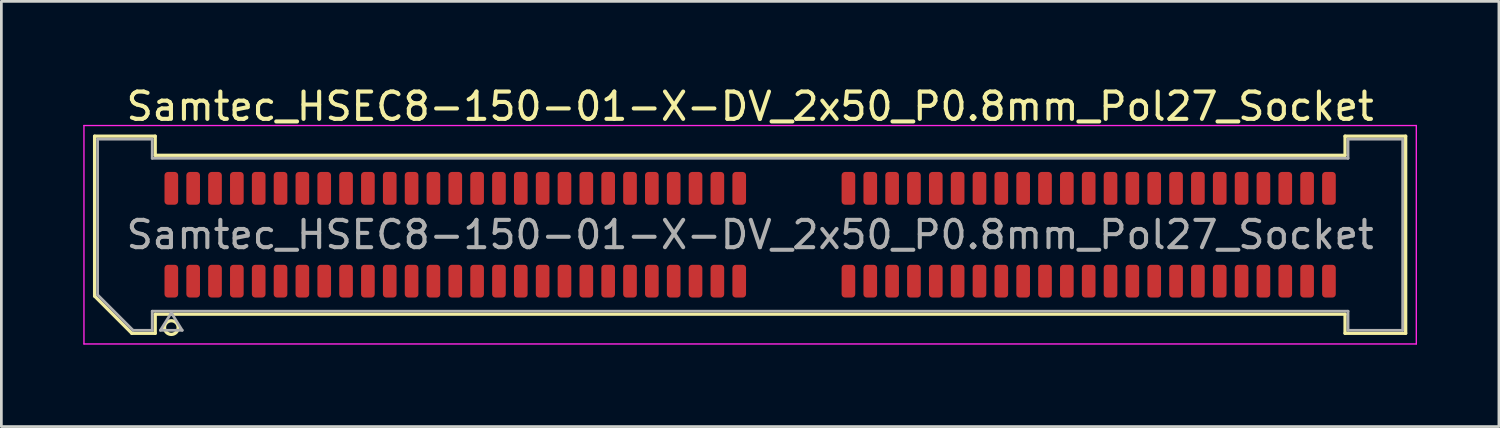
<source format=kicad_pcb>
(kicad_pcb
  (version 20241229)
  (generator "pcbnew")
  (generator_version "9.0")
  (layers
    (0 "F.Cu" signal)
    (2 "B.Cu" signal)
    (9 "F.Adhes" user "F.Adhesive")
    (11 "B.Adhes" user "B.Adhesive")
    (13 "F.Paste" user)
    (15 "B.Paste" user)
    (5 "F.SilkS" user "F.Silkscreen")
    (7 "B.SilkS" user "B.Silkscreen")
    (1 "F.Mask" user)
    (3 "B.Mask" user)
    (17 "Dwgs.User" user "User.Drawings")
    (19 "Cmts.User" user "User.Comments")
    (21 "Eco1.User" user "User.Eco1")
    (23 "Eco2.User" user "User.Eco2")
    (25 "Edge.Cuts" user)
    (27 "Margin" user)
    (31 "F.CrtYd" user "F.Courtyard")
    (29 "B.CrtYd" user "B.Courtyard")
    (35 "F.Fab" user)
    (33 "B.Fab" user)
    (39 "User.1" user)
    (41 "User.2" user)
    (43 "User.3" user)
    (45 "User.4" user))
  (footprint "Samtec_HSEC8-150-01-X-DV_2x50_P0.8mm_Pol27_Socket"
    (layer "F.Cu")
    (at 24.425 5.548)
    (property "Reference" "Samtec_HSEC8-150-01-X-DV_2x50_P0.8mm_Pol27_Socket" (at 0 -4.7 0) (layer "F.SilkS") (effects (font (size 1 1) (thickness 0.15))))
    (attr smd)
    (fp_line (start -24.01 -3.61) (end -21.79 -3.61) (stroke (width 0.12) (type solid)) (layer "F.SilkS"))
    (fp_line (start -24.01 2.246) (end -24.01 -3.61) (stroke (width 0.12) (type solid)) (layer "F.SilkS"))
    (fp_line (start -22.646 3.61) (end -24.01 2.246) (stroke (width 0.12) (type solid)) (layer "F.SilkS"))
    (fp_line (start -21.79 -3.61) (end -21.79 -2.91) (stroke (width 0.12) (type solid)) (layer "F.SilkS"))
    (fp_line (start -21.79 -2.91) (end 21.79 -2.91) (stroke (width 0.12) (type solid)) (layer "F.SilkS"))
    (fp_line (start -21.79 2.91) (end -21.79 3.61) (stroke (width 0.12) (type solid)) (layer "F.SilkS"))
    (fp_line (start -21.79 3.61) (end -22.646 3.61) (stroke (width 0.12) (type solid)) (layer "F.SilkS"))
    (fp_line (start 21.79 -3.61) (end 24.01 -3.61) (stroke (width 0.12) (type solid)) (layer "F.SilkS"))
    (fp_line (start 21.79 -2.91) (end 21.79 -3.61) (stroke (width 0.12) (type solid)) (layer "F.SilkS"))
    (fp_line (start 21.79 2.91) (end -21.79 2.91) (stroke (width 0.12) (type solid)) (layer "F.SilkS"))
    (fp_line (start 21.79 3.61) (end 21.79 2.91) (stroke (width 0.12) (type solid)) (layer "F.SilkS"))
    (fp_line (start 24.01 -3.61) (end 24.01 3.61) (stroke (width 0.12) (type solid)) (layer "F.SilkS"))
    (fp_line (start 24.01 3.61) (end 21.79 3.61) (stroke (width 0.12) (type solid)) (layer "F.SilkS"))
    (fp_arc (start -20.95 3.4) (mid -21.45 3.4) (end -20.95 3.4) (stroke (width 0.12) (type solid)) (layer "F.SilkS"))
    (fp_line (start -24.4 -4) (end -24.4 4) (stroke (width 0.05) (type solid)) (layer "F.CrtYd"))
    (fp_line (start -24.4 4) (end 24.4 4) (stroke (width 0.05) (type solid)) (layer "F.CrtYd"))
    (fp_line (start 24.4 -4) (end -24.4 -4) (stroke (width 0.05) (type solid)) (layer "F.CrtYd"))
    (fp_line (start 24.4 4) (end 24.4 -4) (stroke (width 0.05) (type solid)) (layer "F.CrtYd"))
    (fp_line (start -23.9 -3.5) (end -21.9 -3.5) (stroke (width 0.1) (type solid)) (layer "F.Fab"))
    (fp_line (start -23.9 2.2) (end -23.9 -3.5) (stroke (width 0.1) (type solid)) (layer "F.Fab"))
    (fp_line (start -22.6 3.5) (end -23.9 2.2) (stroke (width 0.1) (type solid)) (layer "F.Fab"))
    (fp_line (start -21.9 -3.5) (end -21.9 -2.8) (stroke (width 0.1) (type solid)) (layer "F.Fab"))
    (fp_line (start -21.9 -2.8) (end 21.9 -2.8) (stroke (width 0.1) (type solid)) (layer "F.Fab"))
    (fp_line (start -21.9 2.8) (end -21.9 3.5) (stroke (width 0.1) (type solid)) (layer "F.Fab"))
    (fp_line (start -21.9 3.5) (end -22.6 3.5) (stroke (width 0.1) (type solid)) (layer "F.Fab"))
    (fp_line (start -21.6 3.5) (end -21.2 2.86) (stroke (width 0.1) (type solid)) (layer "F.Fab"))
    (fp_line (start -21.2 2.86) (end -20.8 3.5) (stroke (width 0.1) (type solid)) (layer "F.Fab"))
    (fp_line (start -20.8 3.5) (end -21.6 3.5) (stroke (width 0.1) (type solid)) (layer "F.Fab"))
    (fp_line (start 21.9 -3.5) (end 23.9 -3.5) (stroke (width 0.1) (type solid)) (layer "F.Fab"))
    (fp_line (start 21.9 -2.8) (end 21.9 -3.5) (stroke (width 0.1) (type solid)) (layer "F.Fab"))
    (fp_line (start 21.9 2.8) (end -21.9 2.8) (stroke (width 0.1) (type solid)) (layer "F.Fab"))
    (fp_line (start 21.9 3.5) (end 21.9 2.8) (stroke (width 0.1) (type solid)) (layer "F.Fab"))
    (fp_line (start 23.9 -3.5) (end 23.9 3.5) (stroke (width 0.1) (type solid)) (layer "F.Fab"))
    (fp_line (start 23.9 3.5) (end 21.9 3.5) (stroke (width 0.1) (type solid)) (layer "F.Fab"))
    (fp_text user "${REFERENCE}" (at 0 0 0) (layer "F.Fab") (effects (font (size 1 1) (thickness 0.15))))
    (pad "1" smd roundrect (at -21.2 1.7) (size 0.5 1.2) (layers "F.Cu" "F.Mask" "F.Paste") (roundrect_rratio 0.25))
    (pad "2" smd roundrect (at -21.2 -1.7) (size 0.5 1.2) (layers "F.Cu" "F.Mask" "F.Paste") (roundrect_rratio 0.25))
    (pad "3" smd roundrect (at -20.4 1.7) (size 0.5 1.2) (layers "F.Cu" "F.Mask" "F.Paste") (roundrect_rratio 0.25))
    (pad "4" smd roundrect (at -20.4 -1.7) (size 0.5 1.2) (layers "F.Cu" "F.Mask" "F.Paste") (roundrect_rratio 0.25))
    (pad "5" smd roundrect (at -19.6 1.7) (size 0.5 1.2) (layers "F.Cu" "F.Mask" "F.Paste") (roundrect_rratio 0.25))
    (pad "6" smd roundrect (at -19.6 -1.7) (size 0.5 1.2) (layers "F.Cu" "F.Mask" "F.Paste") (roundrect_rratio 0.25))
    (pad "7" smd roundrect (at -18.8 1.7) (size 0.5 1.2) (layers "F.Cu" "F.Mask" "F.Paste") (roundrect_rratio 0.25))
    (pad "8" smd roundrect (at -18.8 -1.7) (size 0.5 1.2) (layers "F.Cu" "F.Mask" "F.Paste") (roundrect_rratio 0.25))
    (pad "9" smd roundrect (at -18 1.7) (size 0.5 1.2) (layers "F.Cu" "F.Mask" "F.Paste") (roundrect_rratio 0.25))
    (pad "10" smd roundrect (at -18 -1.7) (size 0.5 1.2) (layers "F.Cu" "F.Mask" "F.Paste") (roundrect_rratio 0.25))
    (pad "11" smd roundrect (at -17.2 1.7) (size 0.5 1.2) (layers "F.Cu" "F.Mask" "F.Paste") (roundrect_rratio 0.25))
    (pad "12" smd roundrect (at -17.2 -1.7) (size 0.5 1.2) (layers "F.Cu" "F.Mask" "F.Paste") (roundrect_rratio 0.25))
    (pad "13" smd roundrect (at -16.4 1.7) (size 0.5 1.2) (layers "F.Cu" "F.Mask" "F.Paste") (roundrect_rratio 0.25))
    (pad "14" smd roundrect (at -16.4 -1.7) (size 0.5 1.2) (layers "F.Cu" "F.Mask" "F.Paste") (roundrect_rratio 0.25))
    (pad "15" smd roundrect (at -15.6 1.7) (size 0.5 1.2) (layers "F.Cu" "F.Mask" "F.Paste") (roundrect_rratio 0.25))
    (pad "16" smd roundrect (at -15.6 -1.7) (size 0.5 1.2) (layers "F.Cu" "F.Mask" "F.Paste") (roundrect_rratio 0.25))
    (pad "17" smd roundrect (at -14.8 1.7) (size 0.5 1.2) (layers "F.Cu" "F.Mask" "F.Paste") (roundrect_rratio 0.25))
    (pad "18" smd roundrect (at -14.8 -1.7) (size 0.5 1.2) (layers "F.Cu" "F.Mask" "F.Paste") (roundrect_rratio 0.25))
    (pad "19" smd roundrect (at -14 1.7) (size 0.5 1.2) (layers "F.Cu" "F.Mask" "F.Paste") (roundrect_rratio 0.25))
    (pad "20" smd roundrect (at -14 -1.7) (size 0.5 1.2) (layers "F.Cu" "F.Mask" "F.Paste") (roundrect_rratio 0.25))
    (pad "21" smd roundrect (at -13.2 1.7) (size 0.5 1.2) (layers "F.Cu" "F.Mask" "F.Paste") (roundrect_rratio 0.25))
    (pad "22" smd roundrect (at -13.2 -1.7) (size 0.5 1.2) (layers "F.Cu" "F.Mask" "F.Paste") (roundrect_rratio 0.25))
    (pad "23" smd roundrect (at -12.4 1.7) (size 0.5 1.2) (layers "F.Cu" "F.Mask" "F.Paste") (roundrect_rratio 0.25))
    (pad "24" smd roundrect (at -12.4 -1.7) (size 0.5 1.2) (layers "F.Cu" "F.Mask" "F.Paste") (roundrect_rratio 0.25))
    (pad "25" smd roundrect (at -11.6 1.7) (size 0.5 1.2) (layers "F.Cu" "F.Mask" "F.Paste") (roundrect_rratio 0.25))
    (pad "26" smd roundrect (at -11.6 -1.7) (size 0.5 1.2) (layers "F.Cu" "F.Mask" "F.Paste") (roundrect_rratio 0.25))
    (pad "27" smd roundrect (at -10.8 1.7) (size 0.5 1.2) (layers "F.Cu" "F.Mask" "F.Paste") (roundrect_rratio 0.25))
    (pad "28" smd roundrect (at -10.8 -1.7) (size 0.5 1.2) (layers "F.Cu" "F.Mask" "F.Paste") (roundrect_rratio 0.25))
    (pad "29" smd roundrect (at -10 1.7) (size 0.5 1.2) (layers "F.Cu" "F.Mask" "F.Paste") (roundrect_rratio 0.25))
    (pad "30" smd roundrect (at -10 -1.7) (size 0.5 1.2) (layers "F.Cu" "F.Mask" "F.Paste") (roundrect_rratio 0.25))
    (pad "31" smd roundrect (at -9.2 1.7) (size 0.5 1.2) (layers "F.Cu" "F.Mask" "F.Paste") (roundrect_rratio 0.25))
    (pad "32" smd roundrect (at -9.2 -1.7) (size 0.5 1.2) (layers "F.Cu" "F.Mask" "F.Paste") (roundrect_rratio 0.25))
    (pad "33" smd roundrect (at -8.4 1.7) (size 0.5 1.2) (layers "F.Cu" "F.Mask" "F.Paste") (roundrect_rratio 0.25))
    (pad "34" smd roundrect (at -8.4 -1.7) (size 0.5 1.2) (layers "F.Cu" "F.Mask" "F.Paste") (roundrect_rratio 0.25))
    (pad "35" smd roundrect (at -7.6 1.7) (size 0.5 1.2) (layers "F.Cu" "F.Mask" "F.Paste") (roundrect_rratio 0.25))
    (pad "36" smd roundrect (at -7.6 -1.7) (size 0.5 1.2) (layers "F.Cu" "F.Mask" "F.Paste") (roundrect_rratio 0.25))
    (pad "37" smd roundrect (at -6.8 1.7) (size 0.5 1.2) (layers "F.Cu" "F.Mask" "F.Paste") (roundrect_rratio 0.25))
    (pad "38" smd roundrect (at -6.8 -1.7) (size 0.5 1.2) (layers "F.Cu" "F.Mask" "F.Paste") (roundrect_rratio 0.25))
    (pad "39" smd roundrect (at -6 1.7) (size 0.5 1.2) (layers "F.Cu" "F.Mask" "F.Paste") (roundrect_rratio 0.25))
    (pad "40" smd roundrect (at -6 -1.7) (size 0.5 1.2) (layers "F.Cu" "F.Mask" "F.Paste") (roundrect_rratio 0.25))
    (pad "41" smd roundrect (at -5.2 1.7) (size 0.5 1.2) (layers "F.Cu" "F.Mask" "F.Paste") (roundrect_rratio 0.25))
    (pad "42" smd roundrect (at -5.2 -1.7) (size 0.5 1.2) (layers "F.Cu" "F.Mask" "F.Paste") (roundrect_rratio 0.25))
    (pad "43" smd roundrect (at -4.4 1.7) (size 0.5 1.2) (layers "F.Cu" "F.Mask" "F.Paste") (roundrect_rratio 0.25))
    (pad "44" smd roundrect (at -4.4 -1.7) (size 0.5 1.2) (layers "F.Cu" "F.Mask" "F.Paste") (roundrect_rratio 0.25))
    (pad "45" smd roundrect (at -3.6 1.7) (size 0.5 1.2) (layers "F.Cu" "F.Mask" "F.Paste") (roundrect_rratio 0.25))
    (pad "46" smd roundrect (at -3.6 -1.7) (size 0.5 1.2) (layers "F.Cu" "F.Mask" "F.Paste") (roundrect_rratio 0.25))
    (pad "47" smd roundrect (at -2.8 1.7) (size 0.5 1.2) (layers "F.Cu" "F.Mask" "F.Paste") (roundrect_rratio 0.25))
    (pad "48" smd roundrect (at -2.8 -1.7) (size 0.5 1.2) (layers "F.Cu" "F.Mask" "F.Paste") (roundrect_rratio 0.25))
    (pad "49" smd roundrect (at -2 1.7) (size 0.5 1.2) (layers "F.Cu" "F.Mask" "F.Paste") (roundrect_rratio 0.25))
    (pad "50" smd roundrect (at -2 -1.7) (size 0.5 1.2) (layers "F.Cu" "F.Mask" "F.Paste") (roundrect_rratio 0.25))
    (pad "51" smd roundrect (at -1.2 1.7) (size 0.5 1.2) (layers "F.Cu" "F.Mask" "F.Paste") (roundrect_rratio 0.25))
    (pad "52" smd roundrect (at -1.2 -1.7) (size 0.5 1.2) (layers "F.Cu" "F.Mask" "F.Paste") (roundrect_rratio 0.25))
    (pad "53" smd roundrect (at -0.4 1.7) (size 0.5 1.2) (layers "F.Cu" "F.Mask" "F.Paste") (roundrect_rratio 0.25))
    (pad "54" smd roundrect (at -0.4 -1.7) (size 0.5 1.2) (layers "F.Cu" "F.Mask" "F.Paste") (roundrect_rratio 0.25))
    (pad "55" smd roundrect (at 3.6 1.7) (size 0.5 1.2) (layers "F.Cu" "F.Mask" "F.Paste") (roundrect_rratio 0.25))
    (pad "56" smd roundrect (at 3.6 -1.7) (size 0.5 1.2) (layers "F.Cu" "F.Mask" "F.Paste") (roundrect_rratio 0.25))
    (pad "57" smd roundrect (at 4.4 1.7) (size 0.5 1.2) (layers "F.Cu" "F.Mask" "F.Paste") (roundrect_rratio 0.25))
    (pad "58" smd roundrect (at 4.4 -1.7) (size 0.5 1.2) (layers "F.Cu" "F.Mask" "F.Paste") (roundrect_rratio 0.25))
    (pad "59" smd roundrect (at 5.2 1.7) (size 0.5 1.2) (layers "F.Cu" "F.Mask" "F.Paste") (roundrect_rratio 0.25))
    (pad "60" smd roundrect (at 5.2 -1.7) (size 0.5 1.2) (layers "F.Cu" "F.Mask" "F.Paste") (roundrect_rratio 0.25))
    (pad "61" smd roundrect (at 6 1.7) (size 0.5 1.2) (layers "F.Cu" "F.Mask" "F.Paste") (roundrect_rratio 0.25))
    (pad "62" smd roundrect (at 6 -1.7) (size 0.5 1.2) (layers "F.Cu" "F.Mask" "F.Paste") (roundrect_rratio 0.25))
    (pad "63" smd roundrect (at 6.8 1.7) (size 0.5 1.2) (layers "F.Cu" "F.Mask" "F.Paste") (roundrect_rratio 0.25))
    (pad "64" smd roundrect (at 6.8 -1.7) (size 0.5 1.2) (layers "F.Cu" "F.Mask" "F.Paste") (roundrect_rratio 0.25))
    (pad "65" smd roundrect (at 7.6 1.7) (size 0.5 1.2) (layers "F.Cu" "F.Mask" "F.Paste") (roundrect_rratio 0.25))
    (pad "66" smd roundrect (at 7.6 -1.7) (size 0.5 1.2) (layers "F.Cu" "F.Mask" "F.Paste") (roundrect_rratio 0.25))
    (pad "67" smd roundrect (at 8.4 1.7) (size 0.5 1.2) (layers "F.Cu" "F.Mask" "F.Paste") (roundrect_rratio 0.25))
    (pad "68" smd roundrect (at 8.4 -1.7) (size 0.5 1.2) (layers "F.Cu" "F.Mask" "F.Paste") (roundrect_rratio 0.25))
    (pad "69" smd roundrect (at 9.2 1.7) (size 0.5 1.2) (layers "F.Cu" "F.Mask" "F.Paste") (roundrect_rratio 0.25))
    (pad "70" smd roundrect (at 9.2 -1.7) (size 0.5 1.2) (layers "F.Cu" "F.Mask" "F.Paste") (roundrect_rratio 0.25))
    (pad "71" smd roundrect (at 10 1.7) (size 0.5 1.2) (layers "F.Cu" "F.Mask" "F.Paste") (roundrect_rratio 0.25))
    (pad "72" smd roundrect (at 10 -1.7) (size 0.5 1.2) (layers "F.Cu" "F.Mask" "F.Paste") (roundrect_rratio 0.25))
    (pad "73" smd roundrect (at 10.8 1.7) (size 0.5 1.2) (layers "F.Cu" "F.Mask" "F.Paste") (roundrect_rratio 0.25))
    (pad "74" smd roundrect (at 10.8 -1.7) (size 0.5 1.2) (layers "F.Cu" "F.Mask" "F.Paste") (roundrect_rratio 0.25))
    (pad "75" smd roundrect (at 11.6 1.7) (size 0.5 1.2) (layers "F.Cu" "F.Mask" "F.Paste") (roundrect_rratio 0.25))
    (pad "76" smd roundrect (at 11.6 -1.7) (size 0.5 1.2) (layers "F.Cu" "F.Mask" "F.Paste") (roundrect_rratio 0.25))
    (pad "77" smd roundrect (at 12.4 1.7) (size 0.5 1.2) (layers "F.Cu" "F.Mask" "F.Paste") (roundrect_rratio 0.25))
    (pad "78" smd roundrect (at 12.4 -1.7) (size 0.5 1.2) (layers "F.Cu" "F.Mask" "F.Paste") (roundrect_rratio 0.25))
    (pad "79" smd roundrect (at 13.2 1.7) (size 0.5 1.2) (layers "F.Cu" "F.Mask" "F.Paste") (roundrect_rratio 0.25))
    (pad "80" smd roundrect (at 13.2 -1.7) (size 0.5 1.2) (layers "F.Cu" "F.Mask" "F.Paste") (roundrect_rratio 0.25))
    (pad "81" smd roundrect (at 14 1.7) (size 0.5 1.2) (layers "F.Cu" "F.Mask" "F.Paste") (roundrect_rratio 0.25))
    (pad "82" smd roundrect (at 14 -1.7) (size 0.5 1.2) (layers "F.Cu" "F.Mask" "F.Paste") (roundrect_rratio 0.25))
    (pad "83" smd roundrect (at 14.8 1.7) (size 0.5 1.2) (layers "F.Cu" "F.Mask" "F.Paste") (roundrect_rratio 0.25))
    (pad "84" smd roundrect (at 14.8 -1.7) (size 0.5 1.2) (layers "F.Cu" "F.Mask" "F.Paste") (roundrect_rratio 0.25))
    (pad "85" smd roundrect (at 15.6 1.7) (size 0.5 1.2) (layers "F.Cu" "F.Mask" "F.Paste") (roundrect_rratio 0.25))
    (pad "86" smd roundrect (at 15.6 -1.7) (size 0.5 1.2) (layers "F.Cu" "F.Mask" "F.Paste") (roundrect_rratio 0.25))
    (pad "87" smd roundrect (at 16.4 1.7) (size 0.5 1.2) (layers "F.Cu" "F.Mask" "F.Paste") (roundrect_rratio 0.25))
    (pad "88" smd roundrect (at 16.4 -1.7) (size 0.5 1.2) (layers "F.Cu" "F.Mask" "F.Paste") (roundrect_rratio 0.25))
    (pad "89" smd roundrect (at 17.2 1.7) (size 0.5 1.2) (layers "F.Cu" "F.Mask" "F.Paste") (roundrect_rratio 0.25))
    (pad "90" smd roundrect (at 17.2 -1.7) (size 0.5 1.2) (layers "F.Cu" "F.Mask" "F.Paste") (roundrect_rratio 0.25))
    (pad "91" smd roundrect (at 18 1.7) (size 0.5 1.2) (layers "F.Cu" "F.Mask" "F.Paste") (roundrect_rratio 0.25))
    (pad "92" smd roundrect (at 18 -1.7) (size 0.5 1.2) (layers "F.Cu" "F.Mask" "F.Paste") (roundrect_rratio 0.25))
    (pad "93" smd roundrect (at 18.8 1.7) (size 0.5 1.2) (layers "F.Cu" "F.Mask" "F.Paste") (roundrect_rratio 0.25))
    (pad "94" smd roundrect (at 18.8 -1.7) (size 0.5 1.2) (layers "F.Cu" "F.Mask" "F.Paste") (roundrect_rratio 0.25))
    (pad "95" smd roundrect (at 19.6 1.7) (size 0.5 1.2) (layers "F.Cu" "F.Mask" "F.Paste") (roundrect_rratio 0.25))
    (pad "96" smd roundrect (at 19.6 -1.7) (size 0.5 1.2) (layers "F.Cu" "F.Mask" "F.Paste") (roundrect_rratio 0.25))
    (pad "97" smd roundrect (at 20.4 1.7) (size 0.5 1.2) (layers "F.Cu" "F.Mask" "F.Paste") (roundrect_rratio 0.25))
    (pad "98" smd roundrect (at 20.4 -1.7) (size 0.5 1.2) (layers "F.Cu" "F.Mask" "F.Paste") (roundrect_rratio 0.25))
    (pad "99" smd roundrect (at 21.2 1.7) (size 0.5 1.2) (layers "F.Cu" "F.Mask" "F.Paste") (roundrect_rratio 0.25))
    (pad "100" smd roundrect (at 21.2 -1.7) (size 0.5 1.2) (layers "F.Cu" "F.Mask" "F.Paste") (roundrect_rratio 0.25)))
  (gr_rect
    (start -3 -3)
    (end 51.85 12.573)
    (stroke (width 0.1) (type default))
    (fill no)
    (layer "Edge.Cuts")))
</source>
